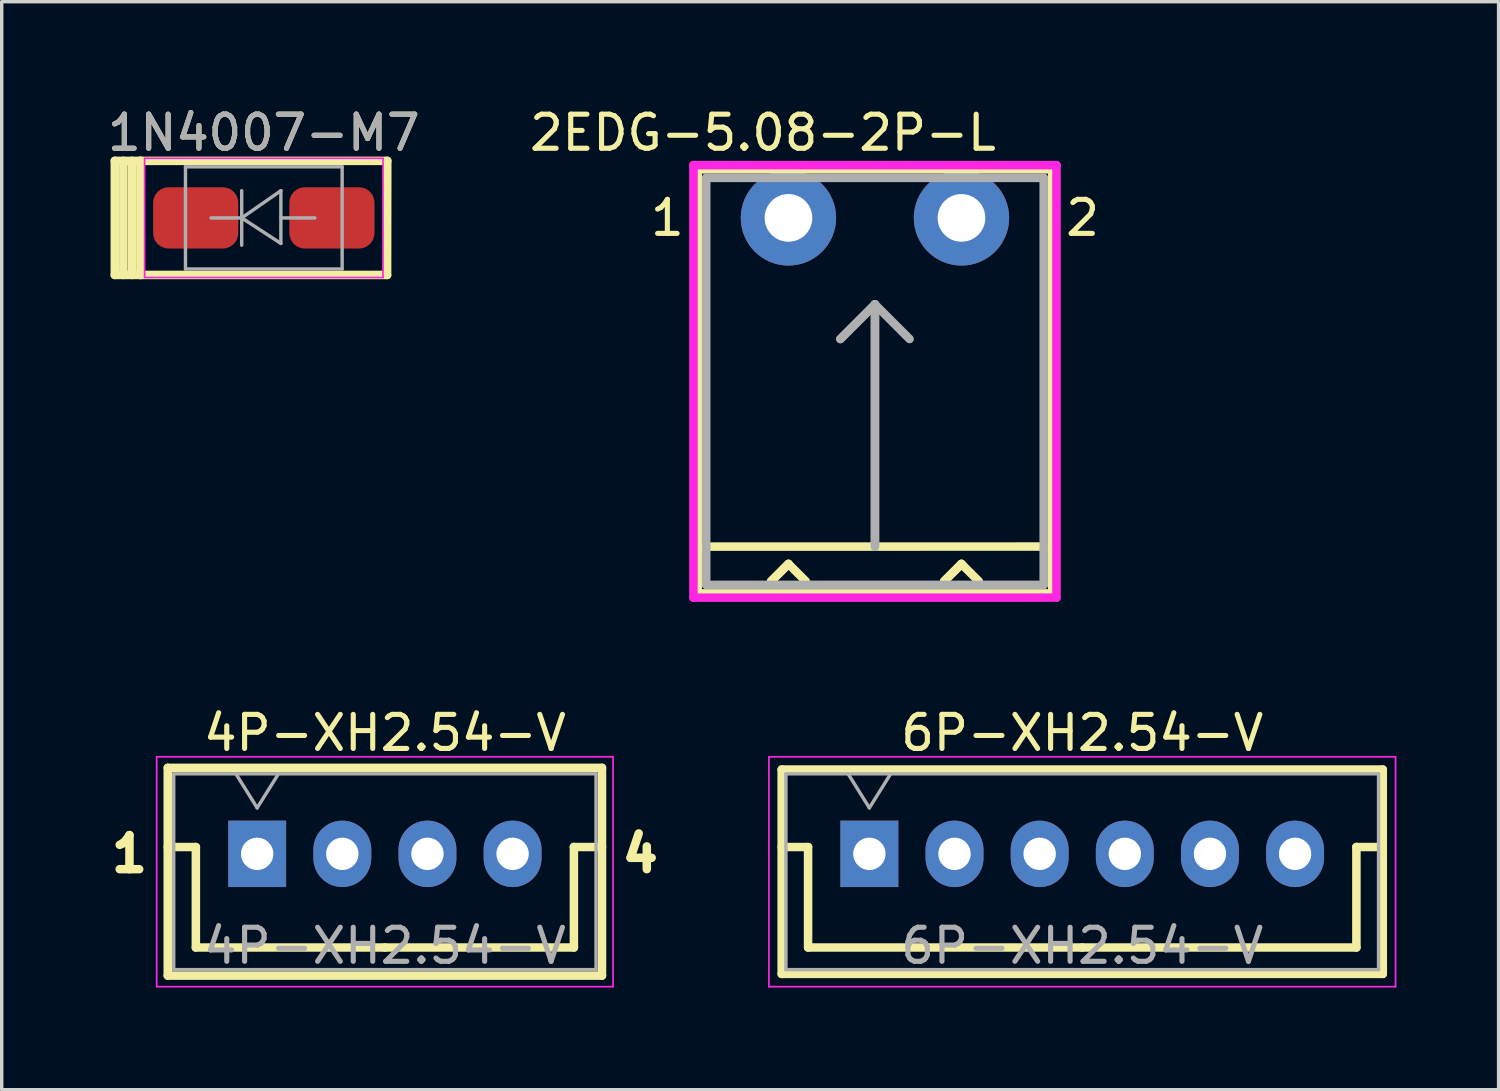
<source format=kicad_pcb>
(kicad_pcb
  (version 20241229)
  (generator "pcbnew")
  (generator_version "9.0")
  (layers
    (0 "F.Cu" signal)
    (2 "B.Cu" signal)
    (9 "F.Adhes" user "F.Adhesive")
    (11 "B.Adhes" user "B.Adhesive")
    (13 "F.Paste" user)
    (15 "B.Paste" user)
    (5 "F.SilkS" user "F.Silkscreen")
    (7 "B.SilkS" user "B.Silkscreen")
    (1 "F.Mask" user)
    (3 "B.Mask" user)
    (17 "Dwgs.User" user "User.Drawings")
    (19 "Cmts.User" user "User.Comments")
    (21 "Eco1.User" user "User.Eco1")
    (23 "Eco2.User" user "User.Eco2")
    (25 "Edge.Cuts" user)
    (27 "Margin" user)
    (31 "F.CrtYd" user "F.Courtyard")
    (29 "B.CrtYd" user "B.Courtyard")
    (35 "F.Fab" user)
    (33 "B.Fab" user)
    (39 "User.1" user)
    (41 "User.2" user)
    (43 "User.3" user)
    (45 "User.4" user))
  (footprint "6P-XH2.54-V"
    (layer "F.Cu")
    (at 22.477 22.021)
    (property "Reference" "6P-XH2.54-V" (at 6.25 -3.55 0) (layer "F.SilkS") (effects (font (size 1 1) (thickness 0.15))))
    (attr through_hole)
    (fp_line (start -2.575 -2.475) (end -2.575 3.525) (stroke (width 0.25) (type solid)) (layer "F.SilkS"))
    (fp_line (start -2.575 -0.2) (end -1.8 -0.2) (stroke (width 0.25) (type solid)) (layer "F.SilkS"))
    (fp_line (start -2.575 3.525) (end 15.075 3.525) (stroke (width 0.25) (type solid)) (layer "F.SilkS"))
    (fp_line (start -1.8 -0.2) (end -1.8 2.75) (stroke (width 0.25) (type solid)) (layer "F.SilkS"))
    (fp_line (start -1.8 2.75) (end 6.25 2.75) (stroke (width 0.25) (type solid)) (layer "F.SilkS"))
    (fp_line (start 14.3 -0.2) (end 14.3 2.75) (stroke (width 0.25) (type solid)) (layer "F.SilkS"))
    (fp_line (start 14.3 2.75) (end 6.25 2.75) (stroke (width 0.25) (type solid)) (layer "F.SilkS"))
    (fp_line (start 15.075 -2.475) (end -2.575 -2.475) (stroke (width 0.25) (type solid)) (layer "F.SilkS"))
    (fp_line (start 15.075 -0.2) (end 14.3 -0.2) (stroke (width 0.25) (type solid)) (layer "F.SilkS"))
    (fp_line (start 15.075 3.525) (end 15.075 -2.475) (stroke (width 0.25) (type solid)) (layer "F.SilkS"))
    (fp_line (start -2.95 -2.85) (end -2.95 3.9) (stroke (width 0.05) (type solid)) (layer "F.CrtYd"))
    (fp_line (start -2.95 3.9) (end 15.45 3.9) (stroke (width 0.05) (type solid)) (layer "F.CrtYd"))
    (fp_line (start 15.45 -2.85) (end -2.95 -2.85) (stroke (width 0.05) (type solid)) (layer "F.CrtYd"))
    (fp_line (start 15.45 3.9) (end 15.45 -2.85) (stroke (width 0.05) (type solid)) (layer "F.CrtYd"))
    (fp_line (start -2.45 -2.35) (end -2.45 3.4) (stroke (width 0.1) (type solid)) (layer "F.Fab"))
    (fp_line (start -2.45 3.4) (end 14.95 3.4) (stroke (width 0.1) (type solid)) (layer "F.Fab"))
    (fp_line (start -0.625 -2.35) (end 0 -1.35) (stroke (width 0.1) (type solid)) (layer "F.Fab"))
    (fp_line (start 0 -1.35) (end 0.625 -2.35) (stroke (width 0.1) (type solid)) (layer "F.Fab"))
    (fp_line (start 14.95 -2.35) (end -2.45 -2.35) (stroke (width 0.1) (type solid)) (layer "F.Fab"))
    (fp_line (start 14.95 3.4) (end 14.95 -2.35) (stroke (width 0.1) (type solid)) (layer "F.Fab"))
    (fp_text user "${REFERENCE}" (at 6.25 2.7 0) (layer "F.Fab") (effects (font (size 1 1) (thickness 0.15))))
    (pad "1" thru_hole rect (at 0 0) (size 1.7 1.95) (drill 0.95) (layers "*.Cu" "*.Mask"))
    (pad "2" thru_hole oval (at 2.5 0) (size 1.7 1.95) (drill 0.95) (layers "*.Cu" "*.Mask"))
    (pad "3" thru_hole oval (at 5 0) (size 1.7 1.95) (drill 0.95) (layers "*.Cu" "*.Mask"))
    (pad "4" thru_hole oval (at 7.5 0) (size 1.7 1.95) (drill 0.95) (layers "*.Cu" "*.Mask"))
    (pad "5" thru_hole oval (at 10 0) (size 1.7 1.95) (drill 0.95) (layers "*.Cu" "*.Mask"))
    (pad "6" thru_hole oval (at 12.5 0) (size 1.7 1.95) (drill 0.95) (layers "*.Cu" "*.Mask")))
  (footprint "4P-XH2.54-V"
    (layer "F.Cu")
    (at 4.501 22.021)
    (property "Reference" "4P-XH2.54-V" (at 3.75 -3.55 0) (layer "F.SilkS") (effects (font (size 1 1) (thickness 0.15))))
    (attr through_hole)
    (fp_line (start -2.625 -2.525) (end -2.625 3.575) (stroke (width 0.25) (type solid)) (layer "F.SilkS"))
    (fp_line (start -2.625 -0.2) (end -1.8 -0.2) (stroke (width 0.25) (type solid)) (layer "F.SilkS"))
    (fp_line (start -2.625 3.575) (end 10.125 3.575) (stroke (width 0.25) (type solid)) (layer "F.SilkS"))
    (fp_line (start -1.8 -0.2) (end -1.8 2.75) (stroke (width 0.25) (type solid)) (layer "F.SilkS"))
    (fp_line (start -1.8 2.75) (end 3.75 2.75) (stroke (width 0.25) (type solid)) (layer "F.SilkS"))
    (fp_line (start 9.3 -0.2) (end 9.3 2.75) (stroke (width 0.25) (type solid)) (layer "F.SilkS"))
    (fp_line (start 9.3 2.75) (end 3.75 2.75) (stroke (width 0.25) (type solid)) (layer "F.SilkS"))
    (fp_line (start 10.125 -2.525) (end -2.625 -2.525) (stroke (width 0.25) (type solid)) (layer "F.SilkS"))
    (fp_line (start 10.125 -0.2) (end 9.3 -0.2) (stroke (width 0.25) (type solid)) (layer "F.SilkS"))
    (fp_line (start 10.125 3.575) (end 10.125 -2.525) (stroke (width 0.25) (type solid)) (layer "F.SilkS"))
    (fp_line (start -2.95 -2.85) (end -2.95 3.9) (stroke (width 0.05) (type solid)) (layer "F.CrtYd"))
    (fp_line (start -2.95 3.9) (end 10.45 3.9) (stroke (width 0.05) (type solid)) (layer "F.CrtYd"))
    (fp_line (start 10.45 -2.85) (end -2.95 -2.85) (stroke (width 0.05) (type solid)) (layer "F.CrtYd"))
    (fp_line (start 10.45 3.9) (end 10.45 -2.85) (stroke (width 0.05) (type solid)) (layer "F.CrtYd"))
    (fp_line (start -2.45 -2.35) (end -2.45 3.4) (stroke (width 0.1) (type solid)) (layer "F.Fab"))
    (fp_line (start -2.45 3.4) (end 9.95 3.4) (stroke (width 0.1) (type solid)) (layer "F.Fab"))
    (fp_line (start -0.625 -2.35) (end 0 -1.35) (stroke (width 0.1) (type solid)) (layer "F.Fab"))
    (fp_line (start 0 -1.35) (end 0.625 -2.35) (stroke (width 0.1) (type solid)) (layer "F.Fab"))
    (fp_line (start 9.95 -2.35) (end -2.45 -2.35) (stroke (width 0.1) (type solid)) (layer "F.Fab"))
    (fp_line (start 9.95 3.4) (end 9.95 -2.35) (stroke (width 0.1) (type solid)) (layer "F.Fab"))
    (fp_text user "1" (at -3.75 0 0) (layer "F.SilkS") (effects (font (size 1 1) (thickness 0.25))))
    (fp_text user "4" (at 11.25 0 0) (layer "F.SilkS") (effects (font (size 1 1) (thickness 0.25))))
    (fp_text user "${REFERENCE}" (at 3.75 2.7 0) (layer "F.Fab") (effects (font (size 1 1) (thickness 0.15))))
    (pad "1" thru_hole rect (at 0 0) (size 1.7 1.95) (drill 0.95) (layers "*.Cu" "*.Mask"))
    (pad "2" thru_hole oval (at 2.5 0) (size 1.7 1.95) (drill 0.95) (layers "*.Cu" "*.Mask"))
    (pad "3" thru_hole oval (at 5 0) (size 1.7 1.95) (drill 0.95) (layers "*.Cu" "*.Mask"))
    (pad "4" thru_hole oval (at 7.5 0) (size 1.7 1.95) (drill 0.95) (layers "*.Cu" "*.Mask")))
  (footprint "1N4007-M7"
    (layer "F.Cu")
    (at 4.696 3.348)
    (property "Reference" "1N4007-M7" (at 0 -2.5 0) (layer "F.SilkS") (effects (font (size 1 1) (thickness 0.15))))
    (attr smd)
    (fp_line (start -4.375 -1.675) (end -4.375 1.675) (stroke (width 0.25) (type solid)) (layer "F.SilkS"))
    (fp_line (start -4.125 -1.675) (end -4.125 1.675) (stroke (width 0.25) (type solid)) (layer "F.SilkS"))
    (fp_line (start -3.875 -1.675) (end -3.875 1.675) (stroke (width 0.25) (type solid)) (layer "F.SilkS"))
    (fp_line (start -3.625 -1.675) (end -4.375 -1.675) (stroke (width 0.25) (type solid)) (layer "F.SilkS"))
    (fp_line (start -3.625 -1.675) (end -3.625 1.675) (stroke (width 0.25) (type solid)) (layer "F.SilkS"))
    (fp_line (start -3.625 -1.675) (end 3.625 -1.675) (stroke (width 0.25) (type solid)) (layer "F.SilkS"))
    (fp_line (start -3.625 1.675) (end -4.375 1.675) (stroke (width 0.25) (type solid)) (layer "F.SilkS"))
    (fp_line (start -3.625 1.675) (end 3.62 1.675) (stroke (width 0.25) (type solid)) (layer "F.SilkS"))
    (fp_line (start 3.625 -1.675) (end 3.62 1.675) (stroke (width 0.25) (type solid)) (layer "F.SilkS"))
    (fp_line (start -3.5 -1.75) (end 3.5 -1.75) (stroke (width 0.05) (type solid)) (layer "F.CrtYd"))
    (fp_line (start -3.5 1.75) (end -3.5 -1.75) (stroke (width 0.05) (type solid)) (layer "F.CrtYd"))
    (fp_line (start 3.5 -1.75) (end 3.5 1.75) (stroke (width 0.05) (type solid)) (layer "F.CrtYd"))
    (fp_line (start 3.5 1.75) (end -3.5 1.75) (stroke (width 0.05) (type solid)) (layer "F.CrtYd"))
    (fp_line (start -2.3 1.5) (end -2.3 -1.5) (stroke (width 0.1) (type solid)) (layer "F.Fab"))
    (fp_line (start -0.649 -0.799) (end -0.649 0.801) (stroke (width 0.1) (type solid)) (layer "F.Fab"))
    (fp_line (start -0.649 0.001) (end -1.551 0.001) (stroke (width 0.1) (type solid)) (layer "F.Fab"))
    (fp_line (start -0.649 0.001) (end 0.501 -0.799) (stroke (width 0.1) (type solid)) (layer "F.Fab"))
    (fp_line (start -0.649 0.001) (end 0.501 0.75) (stroke (width 0.1) (type solid)) (layer "F.Fab"))
    (fp_line (start 0.501 0.001) (end 1.499 0.001) (stroke (width 0.1) (type solid)) (layer "F.Fab"))
    (fp_line (start 0.501 0.75) (end 0.501 -0.799) (stroke (width 0.1) (type solid)) (layer "F.Fab"))
    (fp_line (start 2.3 -1.5) (end -2.3 -1.5) (stroke (width 0.1) (type solid)) (layer "F.Fab"))
    (fp_line (start 2.3 -1.5) (end 2.3 1.5) (stroke (width 0.1) (type solid)) (layer "F.Fab"))
    (fp_line (start 2.3 1.5) (end -2.3 1.5) (stroke (width 0.1) (type solid)) (layer "F.Fab"))
    (fp_text user "${REFERENCE}" (at 0 -2.5 0) (layer "F.Fab") (effects (font (size 1 1) (thickness 0.15))))
    (pad "1" smd roundrect (at -2 0) (size 2.5 1.8) (layers "F.Cu" "F.Mask" "F.Paste") (roundrect_rratio 0.25))
    (pad "2" smd roundrect (at 2 0) (size 2.5 1.8) (layers "F.Cu" "F.Mask" "F.Paste") (roundrect_rratio 0.25)))
  (footprint "2EDG-5.08-2P-L"
    (layer "F.Cu")
    (at 20.101 3.348)
    (property "Reference" "2EDG-5.08-2P-L" (at -0.75 -2.5 0) (layer "F.SilkS") (effects (font (size 1 1) (thickness 0.15))))
    (attr through_hole)
    (fp_line (start -2.665 -1.425) (end 7.745 -1.425) (stroke (width 0.25) (type solid)) (layer "F.SilkS"))
    (fp_line (start -2.665 9.652) (end 7.745 9.65) (stroke (width 0.25) (type solid)) (layer "F.SilkS"))
    (fp_line (start -2.665 11.025) (end -2.665 -1.425) (stroke (width 0.25) (type solid)) (layer "F.SilkS"))
    (fp_line (start -0.508 10.668) (end 0 10.16) (stroke (width 0.25) (type solid)) (layer "F.SilkS"))
    (fp_line (start 0 10.16) (end -0.508 10.668) (stroke (width 0.25) (type solid)) (layer "F.SilkS"))
    (fp_line (start 0 10.16) (end 0.508 10.668) (stroke (width 0.25) (type solid)) (layer "F.SilkS"))
    (fp_line (start 4.572 10.668) (end 5.08 10.16) (stroke (width 0.25) (type solid)) (layer "F.SilkS"))
    (fp_line (start 5.08 10.16) (end 4.572 10.668) (stroke (width 0.25) (type solid)) (layer "F.SilkS"))
    (fp_line (start 5.08 10.16) (end 5.588 10.668) (stroke (width 0.25) (type solid)) (layer "F.SilkS"))
    (fp_line (start 7.745 -1.425) (end 7.745 11.025) (stroke (width 0.25) (type solid)) (layer "F.SilkS"))
    (fp_line (start 7.745 11.025) (end -2.665 11.025) (stroke (width 0.25) (type solid)) (layer "F.SilkS"))
    (fp_line (start -2.54 -1.3) (end -2.54 10.9) (stroke (width 0.25) (type solid)) (layer "Eco1.User"))
    (fp_line (start -2.54 -1.3) (end 7.62 -1.3) (stroke (width 0.25) (type solid)) (layer "Eco1.User"))
    (fp_line (start 7.62 -1.3) (end 7.62 10.9) (stroke (width 0.25) (type solid)) (layer "Eco1.User"))
    (fp_line (start 7.62 10.9) (end -2.54 10.9) (stroke (width 0.25) (type solid)) (layer "Eco1.User"))
    (fp_line (start -2.79 -1.55) (end 7.87 -1.55) (stroke (width 0.25) (type solid)) (layer "F.CrtYd"))
    (fp_line (start -2.79 11.15) (end -2.79 -1.55) (stroke (width 0.25) (type solid)) (layer "F.CrtYd"))
    (fp_line (start 7.87 -1.55) (end 7.87 11.15) (stroke (width 0.25) (type solid)) (layer "F.CrtYd"))
    (fp_line (start 7.87 11.15) (end -2.79 11.15) (stroke (width 0.25) (type solid)) (layer "F.CrtYd"))
    (fp_line (start -2.415 -1.175) (end 7.495 -1.175) (stroke (width 0.25) (type solid)) (layer "F.Fab"))
    (fp_line (start -2.415 10.775) (end -2.415 -1.175) (stroke (width 0.25) (type solid)) (layer "F.Fab"))
    (fp_line (start 1.524 3.556) (end 2.54 2.54) (stroke (width 0.25) (type solid)) (layer "F.Fab"))
    (fp_line (start 2.54 2.54) (end 1.524 3.556) (stroke (width 0.25) (type solid)) (layer "F.Fab"))
    (fp_line (start 2.54 2.54) (end 2.54 9.652) (stroke (width 0.25) (type solid)) (layer "F.Fab"))
    (fp_line (start 2.54 2.54) (end 3.556 3.556) (stroke (width 0.25) (type solid)) (layer "F.Fab"))
    (fp_line (start 2.54 9.652) (end 2.54 2.54) (stroke (width 0.25) (type solid)) (layer "F.Fab"))
    (fp_line (start 7.495 -1.175) (end 7.495 10.775) (stroke (width 0.25) (type solid)) (layer "F.Fab"))
    (fp_line (start 7.495 10.775) (end -2.415 10.775) (stroke (width 0.25) (type solid)) (layer "F.Fab"))
    (fp_text user "2" (at 8.636 0 0) (layer "F.SilkS") (effects (font (size 1 1) (thickness 0.15))))
    (fp_text user "1" (at -3.556 0 0) (layer "F.SilkS") (effects (font (size 1 1) (thickness 0.15))))
    (pad "1" thru_hole circle (at 0 0) (size 2.8 2.8) (drill 1.4) (layers "*.Cu" "*.Mask"))
    (pad "2" thru_hole circle (at 5.08 0) (size 2.8 2.8) (drill 1.4) (layers "*.Cu" "*.Mask")))
  (gr_rect
    (start -3 -3)
    (end 40.952 28.947)
    (stroke (width 0.1) (type default))
    (fill no)
    (layer "Edge.Cuts")))
</source>
